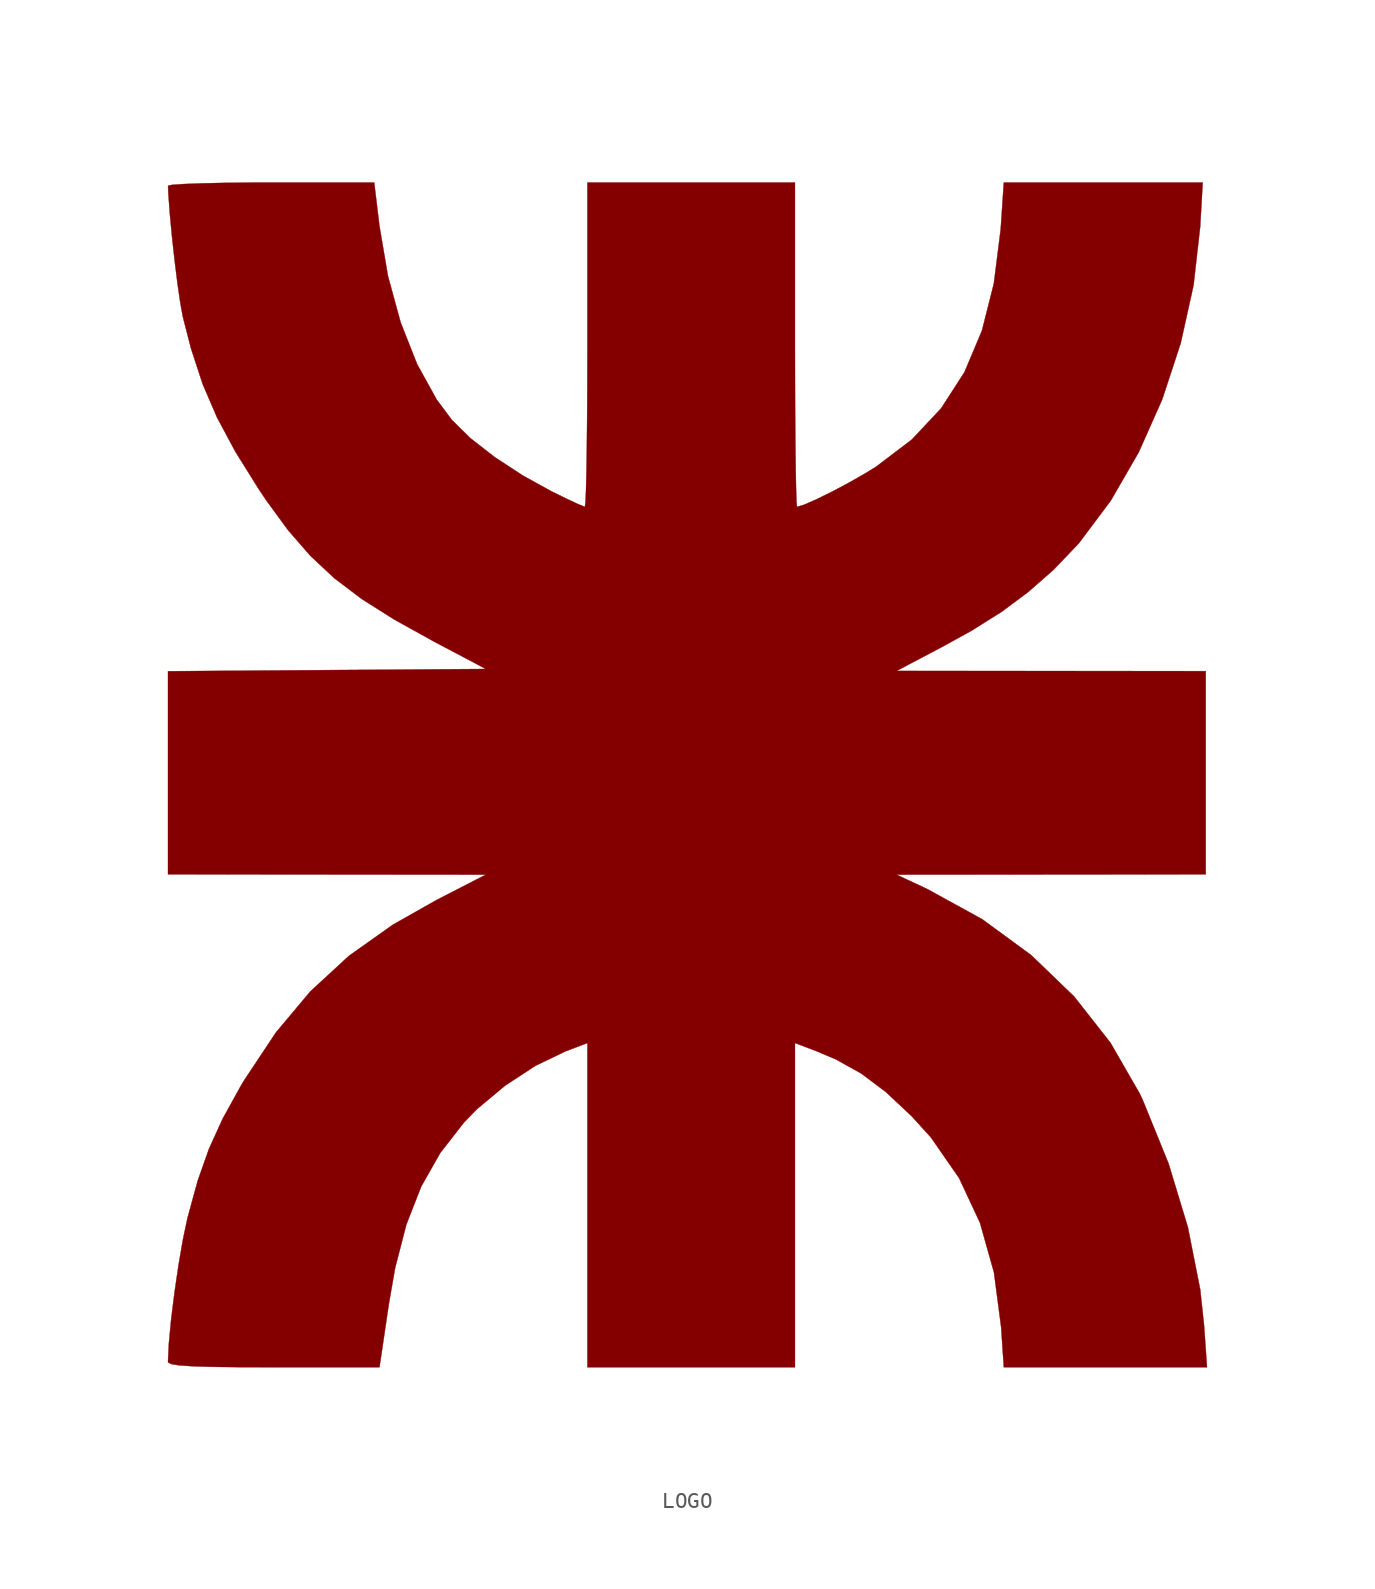
<source format=kicad_sym>
(kicad_symbol_lib
  (version 20210619)
  (generator bitmap2component)
  (symbol "LOGO"
    (pin_names
      (offset 1.016))
    (property "Reference" "#G"
      (at 0 36.654 0)
      (effects (font (size 1.27 1.27)) hide))
    (symbol "LOGO_0_0"
      (polyline (pts (xy -19.078 -36.141) (xy -19.067 -36.068) (xy -18.955 -35.312) (xy -18.799 -34.257) (xy -18.63 -33.106) (xy -18.234 -30.833) (xy -17.527 -28.095) (xy -16.598 -25.723) (xy -15.412 -23.629) (xy -13.932 -21.727) (xy -13.102 -20.875) (xy -11.358 -19.42) (xy -9.454 -18.174) (xy -7.587 -17.277) (xy -6.215 -16.755) (xy -6.215 -37.019) (xy 6.755 -37.019) (xy 6.755 -16.755) (xy 8.105 -17.268) (xy 9.31 -17.778) (xy 10.902 -18.665) (xy 12.433 -19.817) (xy 14.06 -21.342) (xy 15.257 -22.665) (xy 17.011 -25.195) (xy 18.319 -27.997) (xy 19.192 -31.097) (xy 19.64 -34.52) (xy 19.807 -37.019) (xy 32.505 -37.019) (xy 32.322 -34.412) (xy 32.082 -32.167) (xy 31.313 -28.278) (xy 30.107 -24.296) (xy 28.49 -20.318) (xy 28.299 -19.912) (xy 26.477 -16.746) (xy 24.207 -13.853) (xy 21.523 -11.266) (xy 18.457 -9.019) (xy 15.044 -7.144) (xy 13.105 -6.234) (xy 32.425 -6.215) (xy 32.425 6.485) (xy 13.105 6.497) (xy 15.876 7.955) (xy 17.809 9.021) (xy 19.676 10.194) (xy 21.323 11.421) (xy 22.912 12.812) (xy 24.499 14.475) (xy 26.493 17.138) (xy 28.242 20.165) (xy 29.711 23.474) (xy 30.863 26.979) (xy 31.665 30.599) (xy 32.078 34.249) (xy 32.237 37.019) (xy 19.807 37.019) (xy 19.631 34.385) (xy 19.609 34.081) (xy 19.186 30.715) (xy 18.438 27.757) (xy 17.347 25.169) (xy 15.894 22.914) (xy 14.059 20.957) (xy 11.825 19.26) (xy 11.189 18.867) (xy 10.157 18.277) (xy 9.084 17.706) (xy 8.096 17.22) (xy 7.32 16.88) (xy 6.883 16.753) (xy 6.879 16.757) (xy 6.851 17.076) (xy 6.825 17.869) (xy 6.802 19.078) (xy 6.783 20.643) (xy 6.768 22.505) (xy 6.759 24.606) (xy 6.755 26.886) (xy 6.755 37.019) (xy -6.215 37.019) (xy -6.215 26.616) (xy -6.22 24.354) (xy -6.232 22.278) (xy -6.251 20.446) (xy -6.275 18.919) (xy -6.304 17.755) (xy -6.337 17.014) (xy -6.372 16.753) (xy -6.41 16.762) (xy -6.816 16.93) (xy -7.543 17.271) (xy -8.466 17.724) (xy -10.205 18.681) (xy -11.993 19.847) (xy -13.53 21.045) (xy -14.682 22.179) (xy -15.633 23.453) (xy -16.86 25.677) (xy -17.886 28.278) (xy -18.678 31.173) (xy -19.207 34.277) (xy -19.539 37.019) (xy -25.982 37.019) (xy -27.214 37.015) (xy -28.892 36.997) (xy -30.326 36.966) (xy -31.442 36.924) (xy -32.165 36.873) (xy -32.421 36.816) (xy -32.402 36.333) (xy -32.316 35.134) (xy -32.181 33.692) (xy -32.013 32.163) (xy -31.831 30.704) (xy -31.652 29.471) (xy -31.495 28.62) (xy -30.988 26.647) (xy -30.262 24.432) (xy -29.364 22.34) (xy -28.221 20.207) (xy -26.76 17.866) (xy -26.283 17.153) (xy -24.918 15.286) (xy -23.532 13.693) (xy -22.028 12.287) (xy -20.304 10.982) (xy -18.262 9.693) (xy -15.803 8.331) (xy -12.565 6.62) (xy -32.425 6.478) (xy -32.425 -6.215) (xy -12.565 -6.235) (xy -15.678 -7.837) (xy -18.379 -9.365) (xy -21.124 -11.312) (xy -23.523 -13.523) (xy -25.675 -16.088) (xy -27.676 -19.101) (xy -27.883 -19.449) (xy -28.999 -21.469) (xy -29.863 -23.363) (xy -30.566 -25.352) (xy -31.198 -27.659) (xy -31.208 -27.697) (xy -31.486 -29.007) (xy -31.764 -30.611) (xy -32.019 -32.346) (xy -32.23 -34.045) (xy -32.372 -35.545) (xy -32.425 -36.681) (xy -32.413 -36.72) (xy -32.208 -36.822) (xy -31.712 -36.9) (xy -30.874 -36.956) (xy -29.646 -36.993) (xy -27.977 -37.013) (xy -25.818 -37.019) (xy -19.21 -37.019) (xy -19.078 -36.141)) (stroke (width 0.01)) (fill (type outline))))))
</source>
